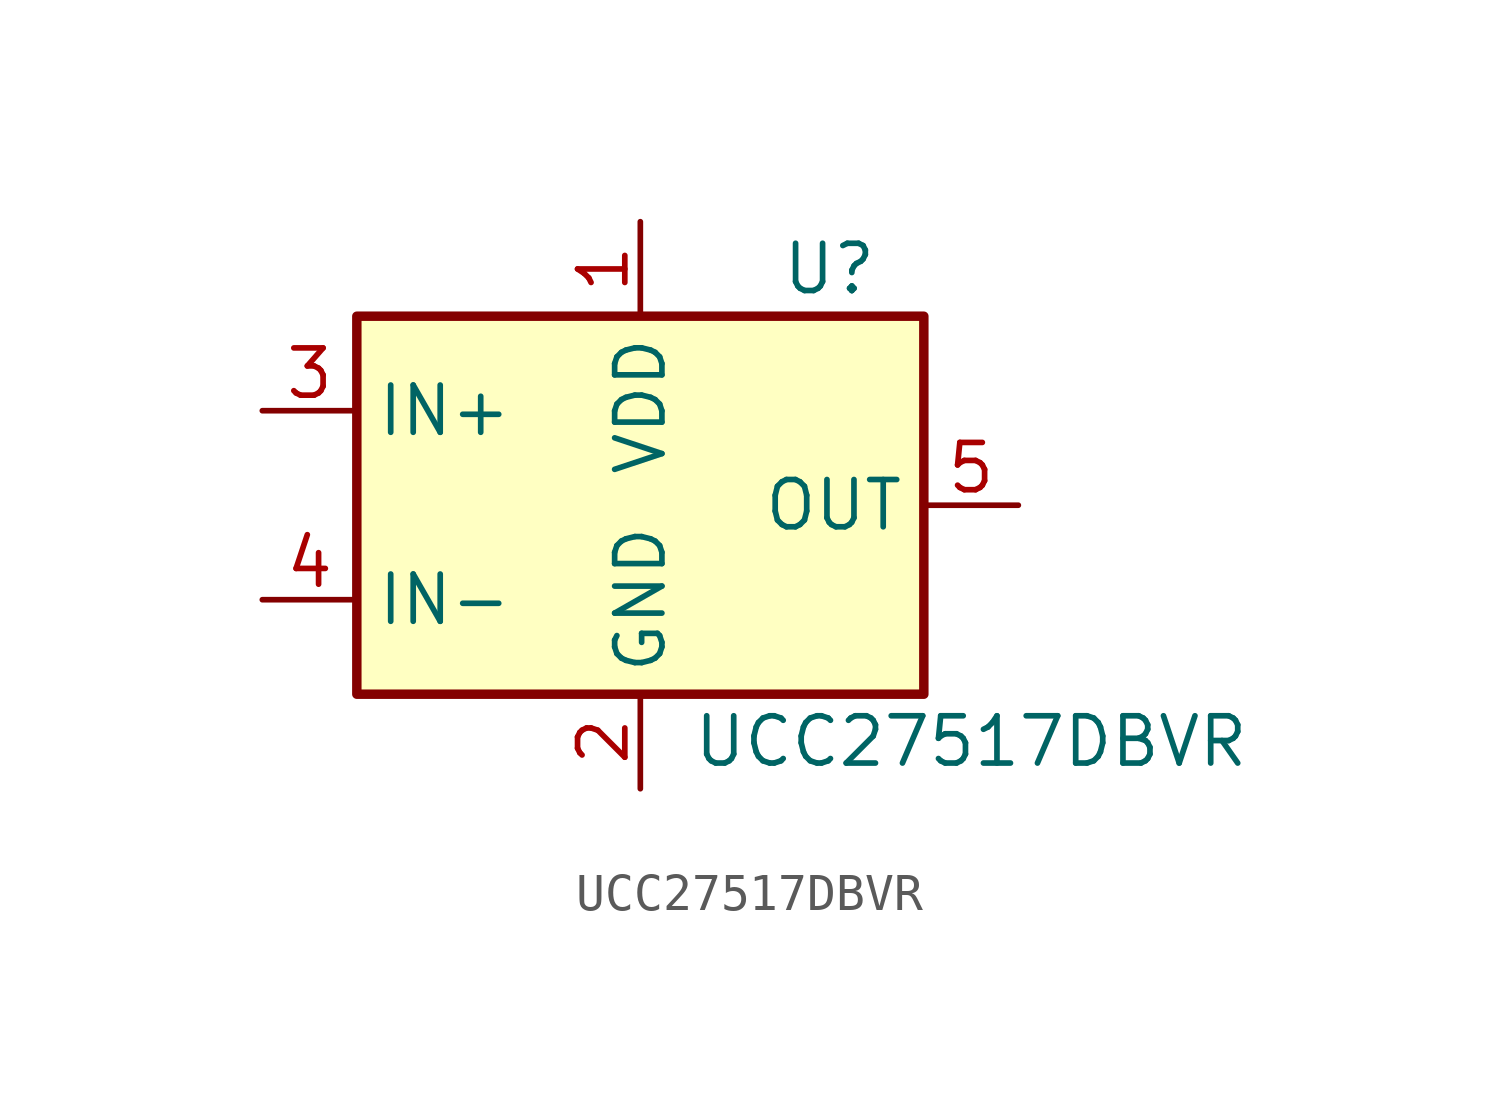
<source format=kicad_sym>
(kicad_symbol_lib
  (version 20231120)
  (generator "kicad_symbol_editor")
  (generator_version "8.0")
  (symbol "UCC27517DBVR"
    (property "Reference" "U"
      (at 5.08 6.35 0)
      (effects (font (size 1.27 1.27))))
    (property "Value" "UCC27517DBVR"
      (at 8.89 -6.35 0)
      (effects (font (size 1.27 1.27))))
    (symbol "UCC27517DBVR_0_1"
      (rectangle (start -7.62 5.08) (end 7.62 -5.08) (stroke (width 0.254) (type default)) (fill (type background))))
    (symbol "UCC27517DBVR_1_1"
      (pin power_in line (at 0 7.62 270) (length 2.54) (name "VDD" (effects (font (size 1.27 1.27)))) (number "1" (effects (font (size 1.27 1.27)))))
      (pin power_in line (at 0 -7.62 90) (length 2.54) (name "GND" (effects (font (size 1.27 1.27)))) (number "2" (effects (font (size 1.27 1.27)))))
      (pin input line (at -10.16 2.54 0) (length 2.54) (name "IN+" (effects (font (size 1.27 1.27)))) (number "3" (effects (font (size 1.27 1.27)))))
      (pin input line (at -10.16 -2.54 0) (length 2.54) (name "IN-" (effects (font (size 1.27 1.27)))) (number "4" (effects (font (size 1.27 1.27)))))
      (pin output line (at 10.16 0 180) (length 2.54) (name "OUT" (effects (font (size 1.27 1.27)))) (number "5" (effects (font (size 1.27 1.27))))))))
</source>
